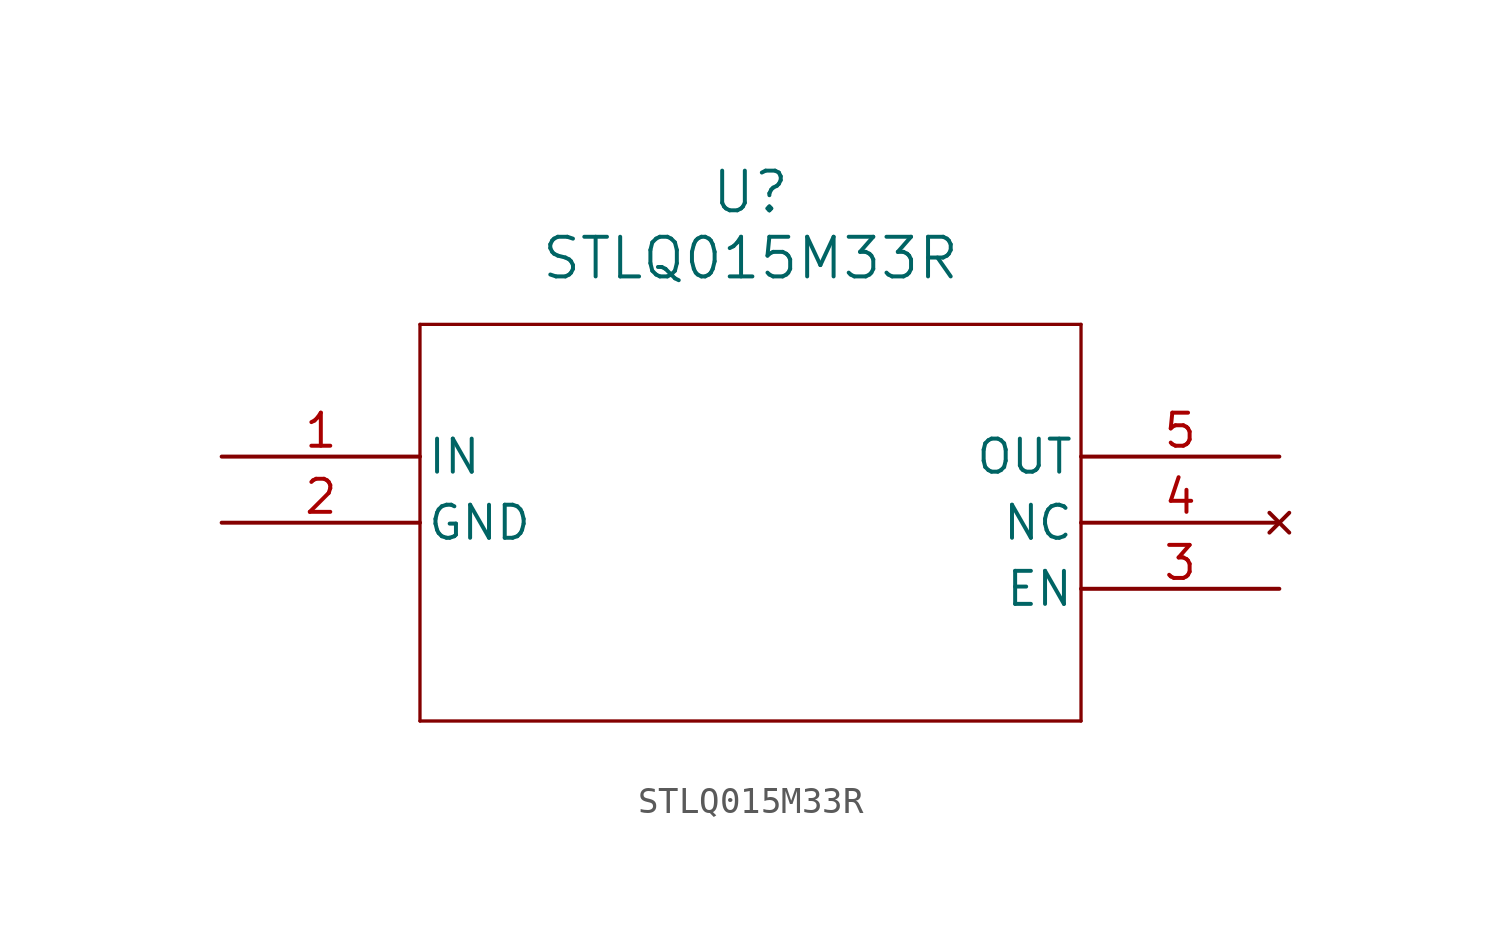
<source format=kicad_sym>
(kicad_symbol_lib
  (version 20211014)
  (generator kicad_symbol_editor)
  (symbol "STLQ015M33R"
    (pin_names
      (offset 0.254))
    (property "Reference" "U"
      (at 20.32 10.16 0)
      (effects (font (size 1.524 1.524))))
    (property "Value" "STLQ015M33R"
      (at 20.32 7.62 0)
      (effects (font (size 1.524 1.524))))
    (symbol "STLQ015M33R_0_1"
      (polyline (pts (xy 7.62 5.08) (xy 7.62 -10.16)) (stroke (width 0.127) (type default) (color 0 0 0 0)) (fill (type none)))
      (polyline (pts (xy 7.62 -10.16) (xy 33.02 -10.16)) (stroke (width 0.127) (type default) (color 0 0 0 0)) (fill (type none)))
      (polyline (pts (xy 33.02 -10.16) (xy 33.02 5.08)) (stroke (width 0.127) (type default) (color 0 0 0 0)) (fill (type none)))
      (polyline (pts (xy 33.02 5.08) (xy 7.62 5.08)) (stroke (width 0.127) (type default) (color 0 0 0 0)) (fill (type none)))
      (pin input line (at 0 0 0) (length 7.62) (name "IN" (effects (font (size 1.27 1.27)))) (number "1" (effects (font (size 1.27 1.27)))))
      (pin power_in line (at 0 -2.54 0) (length 7.62) (name "GND" (effects (font (size 1.27 1.27)))) (number "2" (effects (font (size 1.27 1.27)))))
      (pin input line (at 40.64 -5.08 180) (length 7.62) (name "EN" (effects (font (size 1.27 1.27)))) (number "3" (effects (font (size 1.27 1.27)))))
      (pin no_connect line (at 40.64 -2.54 180) (length 7.62) (name "NC" (effects (font (size 1.27 1.27)))) (number "4" (effects (font (size 1.27 1.27)))))
      (pin output line (at 40.64 0 180) (length 7.62) (name "OUT" (effects (font (size 1.27 1.27)))) (number "5" (effects (font (size 1.27 1.27))))))))
</source>
